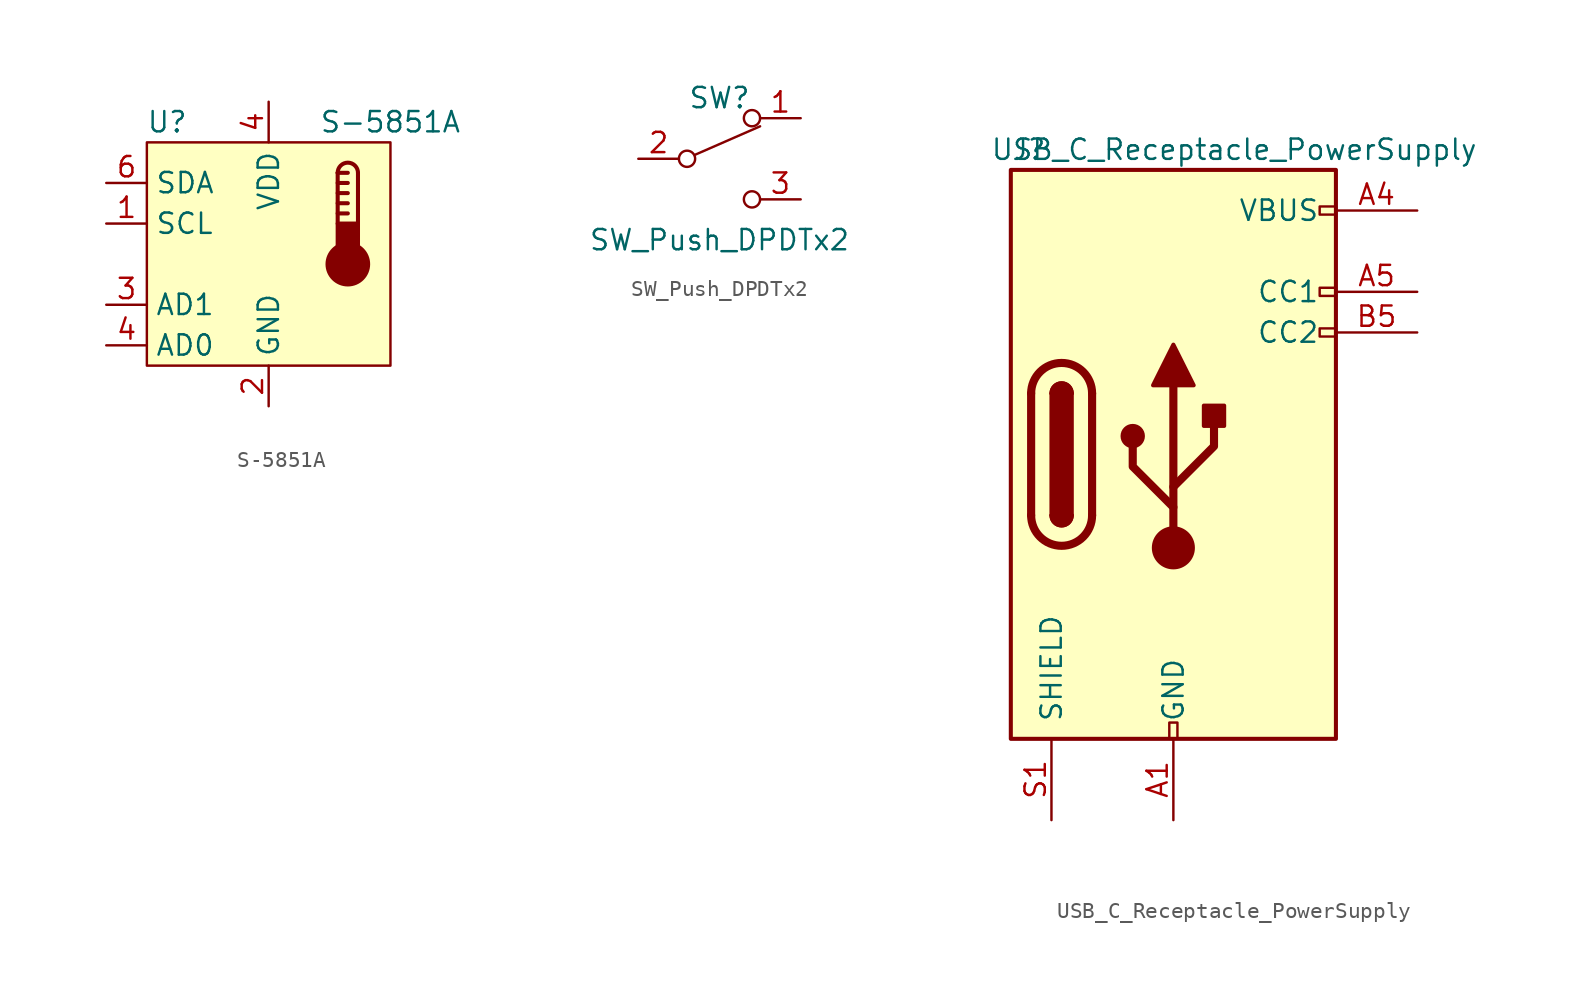
<source format=kicad_sym>
(kicad_symbol_lib
  (version 20231120)
  (generator "kicad_symbol_editor")
  (generator_version "8.0")
  (symbol "S-5851A"
    (property "Reference" "U"
      (at -6.35 8.89 0)
      (effects (font (size 1.27 1.27))))
    (property "Value" "S-5851A"
      (at 7.62 8.89 0)
      (effects (font (size 1.27 1.27))))
    (symbol "S-5851A_0_1"
      (rectangle (start 7.62 7.62) (end -7.62 -6.35) (stroke (width 0) (type solid)) (fill (type background))))
    (symbol "S-5851A_1_1"
      (polyline (pts (xy 4.318 3.175) (xy 4.953 3.175)) (stroke (width 0.254) (type solid)) (fill (type none)))
      (polyline (pts (xy 4.318 3.81) (xy 4.953 3.81)) (stroke (width 0.254) (type solid)) (fill (type none)))
      (polyline (pts (xy 4.318 4.445) (xy 4.953 4.445)) (stroke (width 0.254) (type solid)) (fill (type none)))
      (polyline (pts (xy 4.318 5.08) (xy 4.953 5.08)) (stroke (width 0.254) (type solid)) (fill (type none)))
      (polyline (pts (xy 4.318 5.715) (xy 4.318 2.54)) (stroke (width 0.254) (type solid)) (fill (type none)))
      (polyline (pts (xy 4.318 5.715) (xy 4.953 5.715)) (stroke (width 0.254) (type solid)) (fill (type none)))
      (polyline (pts (xy 5.588 5.715) (xy 5.588 2.54)) (stroke (width 0.254) (type solid)) (fill (type none)))
      (circle (center 4.953 0) (radius 1.27) (stroke (width 0.254) (type solid)) (fill (type outline)))
      (rectangle (start 5.588 0.635) (end 4.318 2.54) (stroke (width 0.254) (type solid)) (fill (type outline)))
      (arc (start 5.588 5.715) (mid 4.953 6.35) (end 4.318 5.715) (stroke (width 0.254) (type solid)) (fill (type none)))
      (pin bidirectional line (at -10.16 2.54 0) (length 2.54) (name "SCL" (effects (font (size 1.27 1.27)))) (number "1" (effects (font (size 1.27 1.27)))))
      (pin power_in line (at 0 -8.89 90) (length 2.54) (name "GND" (effects (font (size 1.27 1.27)))) (number "2" (effects (font (size 1.27 1.27)))))
      (pin input line (at -10.16 -2.54 0) (length 2.54) (name "AD1" (effects (font (size 1.27 1.27)))) (number "3" (effects (font (size 1.27 1.27)))))
      (pin input line (at -10.16 -5.08 0) (length 2.54) (name "AD0" (effects (font (size 1.27 1.27)))) (number "4" (effects (font (size 1.27 1.27)))))
      (pin power_in line (at 0 10.16 270) (length 2.54) (name "VDD" (effects (font (size 1.27 1.27)))) (number "4" (effects (font (size 1.27 1.27)))))
      (pin input line (at -10.16 5.08 0) (length 2.54) (name "SDA" (effects (font (size 1.27 1.27)))) (number "6" (effects (font (size 1.27 1.27)))))))
  (symbol "SW_Push_DPDTx2"
    (pin_names
      (offset 0) hide)
    (property "Reference" "SW"
      (at 0 3.81 0)
      (effects (font (size 1.27 1.27))))
    (property "Value" "SW_Push_DPDTx2"
      (at 0 -5.08 0)
      (effects (font (size 1.27 1.27))))
    (symbol "SW_Push_DPDTx2_0_0"
      (circle (center -2.032 0) (radius 0.508) (stroke (width 0) (type solid)) (fill (type none)))
      (circle (center 2.032 -2.54) (radius 0.508) (stroke (width 0) (type solid)) (fill (type none))))
    (symbol "SW_Push_DPDTx2_0_1"
      (polyline (pts (xy -1.524 0.254) (xy 2.54 2.032)) (stroke (width 0) (type solid)) (fill (type none)))
      (circle (center 2.032 2.54) (radius 0.508) (stroke (width 0) (type solid)) (fill (type none))))
    (symbol "SW_Push_DPDTx2_1_1"
      (pin passive line (at 5.08 2.54 180) (length 2.54) (name "A" (effects (font (size 1.27 1.27)))) (number "1" (effects (font (size 1.27 1.27)))))
      (pin passive line (at -5.08 0 0) (length 2.54) (name "B" (effects (font (size 1.27 1.27)))) (number "2" (effects (font (size 1.27 1.27)))))
      (pin passive line (at 5.08 -2.54 180) (length 2.54) (name "C" (effects (font (size 1.27 1.27)))) (number "3" (effects (font (size 1.27 1.27)))))
      (pin passive line (at 5.08 2.54 180) (length 2.54) hide (name "A" (effects (font (size 1.27 1.27)))) (number "4" (effects (font (size 1.27 1.27)))))
      (pin passive line (at -5.08 0 0) (length 2.54) hide (name "B" (effects (font (size 1.27 1.27)))) (number "5" (effects (font (size 1.27 1.27)))))
      (pin passive line (at 5.08 -2.54 180) (length 2.54) hide (name "C" (effects (font (size 1.27 1.27)))) (number "6" (effects (font (size 1.27 1.27)))))))
  (symbol "USB_C_Receptacle_PowerSupply"
    (pin_names
      (offset 1.016))
    (property "Reference" "J"
      (at -10.16 19.05 0)
      (effects (font (size 1.27 1.27)) (justify left)))
    (property "Value" "USB_C_Receptacle_PowerSupply"
      (at 19.05 19.05 0)
      (effects (font (size 1.27 1.27)) (justify right)))
    (symbol "USB_C_Receptacle_PowerSupply_0_0"
      (rectangle (start -0.254 -17.78) (end 0.254 -16.764) (stroke (width 0) (type solid)) (fill (type none)))
      (rectangle (start 10.16 7.874) (end 9.144 7.366) (stroke (width 0) (type solid)) (fill (type none)))
      (rectangle (start 10.16 10.414) (end 9.144 9.906) (stroke (width 0) (type solid)) (fill (type none)))
      (rectangle (start 10.16 15.494) (end 9.144 14.986) (stroke (width 0) (type solid)) (fill (type none))))
    (symbol "USB_C_Receptacle_PowerSupply_0_1"
      (rectangle (start -10.16 17.78) (end 10.16 -17.78) (stroke (width 0.254) (type solid)) (fill (type background)))
      (arc (start -8.89 -3.81) (mid -6.985 -5.715) (end -5.08 -3.81) (stroke (width 0.508) (type solid)) (fill (type none)))
      (arc (start -7.62 -3.81) (mid -6.985 -4.445) (end -6.35 -3.81) (stroke (width 0.254) (type solid)) (fill (type none)))
      (arc (start -7.62 -3.81) (mid -6.985 -4.445) (end -6.35 -3.81) (stroke (width 0.254) (type solid)) (fill (type outline)))
      (rectangle (start -7.62 -3.81) (end -6.35 3.81) (stroke (width 0.254) (type solid)) (fill (type outline)))
      (arc (start -6.35 3.81) (mid -6.985 4.445) (end -7.62 3.81) (stroke (width 0.254) (type solid)) (fill (type none)))
      (arc (start -6.35 3.81) (mid -6.985 4.445) (end -7.62 3.81) (stroke (width 0.254) (type solid)) (fill (type outline)))
      (arc (start -5.08 3.81) (mid -6.985 5.715) (end -8.89 3.81) (stroke (width 0.508) (type solid)) (fill (type none)))
      (circle (center -2.54 1.143) (radius 0.635) (stroke (width 0.254) (type solid)) (fill (type outline)))
      (circle (center 0 -5.842) (radius 1.27) (stroke (width 0) (type solid)) (fill (type outline)))
      (polyline (pts (xy -8.89 -3.81) (xy -8.89 3.81)) (stroke (width 0.508) (type solid)) (fill (type none)))
      (polyline (pts (xy -5.08 3.81) (xy -5.08 -3.81)) (stroke (width 0.508) (type solid)) (fill (type none)))
      (polyline (pts (xy 0 -5.842) (xy 0 4.318)) (stroke (width 0.508) (type solid)) (fill (type none)))
      (polyline (pts (xy 0 -3.302) (xy -2.54 -0.762) (xy -2.54 0.508)) (stroke (width 0.508) (type solid)) (fill (type none)))
      (polyline (pts (xy 0 -2.032) (xy 2.54 0.508) (xy 2.54 1.778)) (stroke (width 0.508) (type solid)) (fill (type none)))
      (polyline (pts (xy -1.27 4.318) (xy 0 6.858) (xy 1.27 4.318) (xy -1.27 4.318)) (stroke (width 0.254) (type solid)) (fill (type outline)))
      (rectangle (start 1.905 1.778) (end 3.175 3.048) (stroke (width 0.254) (type solid)) (fill (type outline))))
    (symbol "USB_C_Receptacle_PowerSupply_1_1"
      (pin passive line (at 0 -22.86 90) (length 5.08) (name "GND" (effects (font (size 1.27 1.27)))) (number "A1" (effects (font (size 1.27 1.27)))))
      (pin passive line (at 0 -22.86 90) (length 5.08) hide (name "GND" (effects (font (size 1.27 1.27)))) (number "A12" (effects (font (size 1.27 1.27)))))
      (pin passive line (at 15.24 15.24 180) (length 5.08) (name "VBUS" (effects (font (size 1.27 1.27)))) (number "A4" (effects (font (size 1.27 1.27)))))
      (pin bidirectional line (at 15.24 10.16 180) (length 5.08) (name "CC1" (effects (font (size 1.27 1.27)))) (number "A5" (effects (font (size 1.27 1.27)))))
      (pin passive line (at 15.24 15.24 180) (length 5.08) hide (name "VBUS" (effects (font (size 1.27 1.27)))) (number "A9" (effects (font (size 1.27 1.27)))))
      (pin passive line (at 0 -22.86 90) (length 5.08) hide (name "GND" (effects (font (size 1.27 1.27)))) (number "B1" (effects (font (size 1.27 1.27)))))
      (pin passive line (at 0 -22.86 90) (length 5.08) hide (name "GND" (effects (font (size 1.27 1.27)))) (number "B12" (effects (font (size 1.27 1.27)))))
      (pin passive line (at 15.24 15.24 180) (length 5.08) hide (name "VBUS" (effects (font (size 1.27 1.27)))) (number "B4" (effects (font (size 1.27 1.27)))))
      (pin bidirectional line (at 15.24 7.62 180) (length 5.08) (name "CC2" (effects (font (size 1.27 1.27)))) (number "B5" (effects (font (size 1.27 1.27)))))
      (pin passive line (at 15.24 15.24 180) (length 5.08) hide (name "VBUS" (effects (font (size 1.27 1.27)))) (number "B9" (effects (font (size 1.27 1.27)))))
      (pin passive line (at -7.62 -22.86 90) (length 5.08) (name "SHIELD" (effects (font (size 1.27 1.27)))) (number "S1" (effects (font (size 1.27 1.27))))))))
</source>
